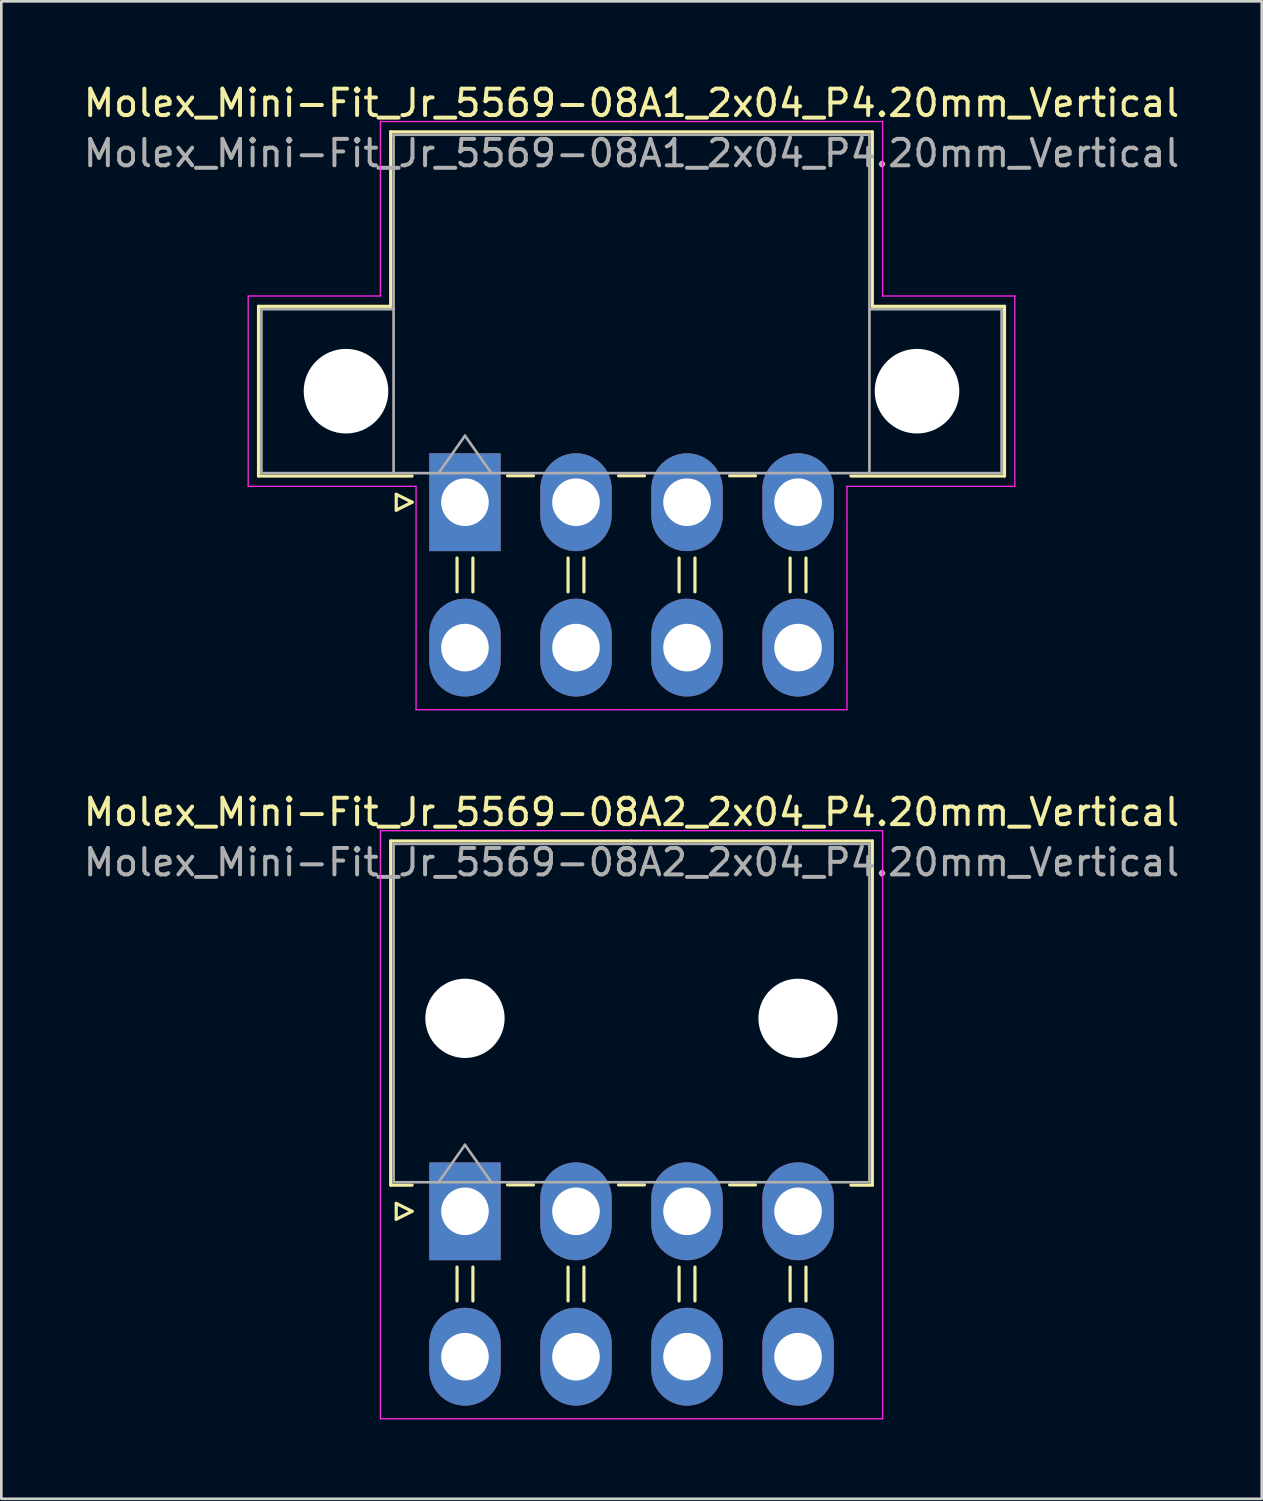
<source format=kicad_pcb>
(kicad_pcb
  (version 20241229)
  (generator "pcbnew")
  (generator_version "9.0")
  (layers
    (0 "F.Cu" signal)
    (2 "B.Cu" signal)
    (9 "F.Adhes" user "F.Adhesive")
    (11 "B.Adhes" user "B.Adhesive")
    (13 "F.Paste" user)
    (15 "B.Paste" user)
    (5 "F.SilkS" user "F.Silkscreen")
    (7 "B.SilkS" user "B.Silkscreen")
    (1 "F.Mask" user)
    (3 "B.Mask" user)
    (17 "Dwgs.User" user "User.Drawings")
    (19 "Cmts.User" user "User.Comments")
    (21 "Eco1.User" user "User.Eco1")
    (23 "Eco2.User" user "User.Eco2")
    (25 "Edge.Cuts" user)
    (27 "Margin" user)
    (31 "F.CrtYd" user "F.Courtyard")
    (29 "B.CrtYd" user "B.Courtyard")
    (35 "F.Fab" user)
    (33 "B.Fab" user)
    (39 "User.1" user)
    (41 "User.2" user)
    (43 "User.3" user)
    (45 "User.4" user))
  (footprint "Molex_Mini-Fit_Jr_5569-08A2_2x04_P4.20mm_Vertical"
    (layer "F.Cu")
    (at 14.539 42.772)
    (property "Reference" "Molex_Mini-Fit_Jr_5569-08A2_2x04_P4.20mm_Vertical" (at 6.3 -15.1 0) (layer "F.SilkS") (effects (font (size 1 1) (thickness 0.15))))
    (attr through_hole)
    (fp_line (start -2.81 -14.01) (end 6.3 -14.01) (stroke (width 0.12) (type solid)) (layer "F.SilkS"))
    (fp_line (start -2.81 -0.99) (end -2.81 -14.01) (stroke (width 0.12) (type solid)) (layer "F.SilkS"))
    (fp_line (start -2.6 -0.3) (end -2 0) (stroke (width 0.12) (type solid)) (layer "F.SilkS"))
    (fp_line (start -2.6 0.3) (end -2.6 -0.3) (stroke (width 0.12) (type solid)) (layer "F.SilkS"))
    (fp_line (start -2 -0.99) (end -2.81 -0.99) (stroke (width 0.12) (type solid)) (layer "F.SilkS"))
    (fp_line (start -2 0) (end -2.6 0.3) (stroke (width 0.12) (type solid)) (layer "F.SilkS"))
    (fp_line (start -0.3 2.11) (end -0.3 3.39) (stroke (width 0.12) (type solid)) (layer "F.SilkS"))
    (fp_line (start 0.3 2.11) (end 0.3 3.39) (stroke (width 0.12) (type solid)) (layer "F.SilkS"))
    (fp_line (start 1.61 -1) (end 2.59 -1) (stroke (width 0.12) (type solid)) (layer "F.SilkS"))
    (fp_line (start 3.9 2.11) (end 3.9 3.39) (stroke (width 0.12) (type solid)) (layer "F.SilkS"))
    (fp_line (start 4.5 2.11) (end 4.5 3.39) (stroke (width 0.12) (type solid)) (layer "F.SilkS"))
    (fp_line (start 5.81 -1) (end 6.79 -1) (stroke (width 0.12) (type solid)) (layer "F.SilkS"))
    (fp_line (start 8.1 2.11) (end 8.1 3.39) (stroke (width 0.12) (type solid)) (layer "F.SilkS"))
    (fp_line (start 8.7 2.11) (end 8.7 3.39) (stroke (width 0.12) (type solid)) (layer "F.SilkS"))
    (fp_line (start 10.01 -1) (end 10.99 -1) (stroke (width 0.12) (type solid)) (layer "F.SilkS"))
    (fp_line (start 12.3 2.11) (end 12.3 3.39) (stroke (width 0.12) (type solid)) (layer "F.SilkS"))
    (fp_line (start 12.9 2.11) (end 12.9 3.39) (stroke (width 0.12) (type solid)) (layer "F.SilkS"))
    (fp_line (start 14.6 -0.99) (end 15.41 -0.99) (stroke (width 0.12) (type solid)) (layer "F.SilkS"))
    (fp_line (start 15.41 -14.01) (end 6.3 -14.01) (stroke (width 0.12) (type solid)) (layer "F.SilkS"))
    (fp_line (start 15.41 -0.99) (end 15.41 -14.01) (stroke (width 0.12) (type solid)) (layer "F.SilkS"))
    (fp_line (start -3.2 -14.4) (end -3.2 7.85) (stroke (width 0.05) (type solid)) (layer "F.CrtYd"))
    (fp_line (start -3.2 7.85) (end 15.8 7.85) (stroke (width 0.05) (type solid)) (layer "F.CrtYd"))
    (fp_line (start 15.8 -14.4) (end -3.2 -14.4) (stroke (width 0.05) (type solid)) (layer "F.CrtYd"))
    (fp_line (start 15.8 7.85) (end 15.8 -14.4) (stroke (width 0.05) (type solid)) (layer "F.CrtYd"))
    (fp_line (start -2.7 -13.9) (end -2.7 -1.1) (stroke (width 0.1) (type solid)) (layer "F.Fab"))
    (fp_line (start -2.7 -1.1) (end 15.3 -1.1) (stroke (width 0.1) (type solid)) (layer "F.Fab"))
    (fp_line (start -1 -1.1) (end 0 -2.514) (stroke (width 0.1) (type solid)) (layer "F.Fab"))
    (fp_line (start 0 -2.514) (end 1 -1.1) (stroke (width 0.1) (type solid)) (layer "F.Fab"))
    (fp_line (start 15.3 -13.9) (end -2.7 -13.9) (stroke (width 0.1) (type solid)) (layer "F.Fab"))
    (fp_line (start 15.3 -1.1) (end 15.3 -13.9) (stroke (width 0.1) (type solid)) (layer "F.Fab"))
    (fp_text user "${REFERENCE}" (at 6.3 -13.2 0) (layer "F.Fab") (effects (font (size 1 1) (thickness 0.15))))
    (pad "" np_thru_hole circle (at 0 -7.3) (size 3 3) (drill 3) (layers "*.Cu" "*.Mask"))
    (pad "" np_thru_hole circle (at 12.6 -7.3) (size 3 3) (drill 3) (layers "*.Cu" "*.Mask"))
    (pad "1" thru_hole rect (at 0 0) (size 2.7 3.7) (drill 1.8) (layers "*.Cu" "*.Mask"))
    (pad "2" thru_hole oval (at 4.2 0) (size 2.7 3.7) (drill 1.8) (layers "*.Cu" "*.Mask"))
    (pad "3" thru_hole oval (at 8.4 0) (size 2.7 3.7) (drill 1.8) (layers "*.Cu" "*.Mask"))
    (pad "4" thru_hole oval (at 12.6 0) (size 2.7 3.7) (drill 1.8) (layers "*.Cu" "*.Mask"))
    (pad "5" thru_hole oval (at 0 5.5) (size 2.7 3.7) (drill 1.8) (layers "*.Cu" "*.Mask"))
    (pad "6" thru_hole oval (at 4.2 5.5) (size 2.7 3.7) (drill 1.8) (layers "*.Cu" "*.Mask"))
    (pad "7" thru_hole oval (at 8.4 5.5) (size 2.7 3.7) (drill 1.8) (layers "*.Cu" "*.Mask"))
    (pad "8" thru_hole oval (at 12.6 5.5) (size 2.7 3.7) (drill 1.8) (layers "*.Cu" "*.Mask")))
  (footprint "Molex_Mini-Fit_Jr_5569-08A1_2x04_P4.20mm_Vertical"
    (layer "F.Cu")
    (at 14.539 15.948)
    (property "Reference" "Molex_Mini-Fit_Jr_5569-08A1_2x04_P4.20mm_Vertical" (at 6.3 -15.1 0) (layer "F.SilkS") (effects (font (size 1 1) (thickness 0.15))))
    (attr through_hole)
    (fp_line (start -7.81 -7.41) (end -7.81 -0.99) (stroke (width 0.12) (type solid)) (layer "F.SilkS"))
    (fp_line (start -7.81 -0.99) (end -2 -0.99) (stroke (width 0.12) (type solid)) (layer "F.SilkS"))
    (fp_line (start -2.81 -14.01) (end -2.81 -7.41) (stroke (width 0.12) (type solid)) (layer "F.SilkS"))
    (fp_line (start -2.81 -7.41) (end -7.81 -7.41) (stroke (width 0.12) (type solid)) (layer "F.SilkS"))
    (fp_line (start -2.6 -0.3) (end -2 0) (stroke (width 0.12) (type solid)) (layer "F.SilkS"))
    (fp_line (start -2.6 0.3) (end -2.6 -0.3) (stroke (width 0.12) (type solid)) (layer "F.SilkS"))
    (fp_line (start -2 0) (end -2.6 0.3) (stroke (width 0.12) (type solid)) (layer "F.SilkS"))
    (fp_line (start -0.3 2.11) (end -0.3 3.39) (stroke (width 0.12) (type solid)) (layer "F.SilkS"))
    (fp_line (start 0.3 2.11) (end 0.3 3.39) (stroke (width 0.12) (type solid)) (layer "F.SilkS"))
    (fp_line (start 1.61 -1) (end 2.59 -1) (stroke (width 0.12) (type solid)) (layer "F.SilkS"))
    (fp_line (start 3.9 2.11) (end 3.9 3.39) (stroke (width 0.12) (type solid)) (layer "F.SilkS"))
    (fp_line (start 4.5 2.11) (end 4.5 3.39) (stroke (width 0.12) (type solid)) (layer "F.SilkS"))
    (fp_line (start 5.81 -1) (end 6.79 -1) (stroke (width 0.12) (type solid)) (layer "F.SilkS"))
    (fp_line (start 6.3 -14.01) (end -2.81 -14.01) (stroke (width 0.12) (type solid)) (layer "F.SilkS"))
    (fp_line (start 6.3 -14.01) (end 15.41 -14.01) (stroke (width 0.12) (type solid)) (layer "F.SilkS"))
    (fp_line (start 8.1 2.11) (end 8.1 3.39) (stroke (width 0.12) (type solid)) (layer "F.SilkS"))
    (fp_line (start 8.7 2.11) (end 8.7 3.39) (stroke (width 0.12) (type solid)) (layer "F.SilkS"))
    (fp_line (start 10.01 -1) (end 10.99 -1) (stroke (width 0.12) (type solid)) (layer "F.SilkS"))
    (fp_line (start 12.3 2.11) (end 12.3 3.39) (stroke (width 0.12) (type solid)) (layer "F.SilkS"))
    (fp_line (start 12.9 2.11) (end 12.9 3.39) (stroke (width 0.12) (type solid)) (layer "F.SilkS"))
    (fp_line (start 15.41 -14.01) (end 15.41 -7.41) (stroke (width 0.12) (type solid)) (layer "F.SilkS"))
    (fp_line (start 15.41 -7.41) (end 20.41 -7.41) (stroke (width 0.12) (type solid)) (layer "F.SilkS"))
    (fp_line (start 20.41 -7.41) (end 20.41 -0.99) (stroke (width 0.12) (type solid)) (layer "F.SilkS"))
    (fp_line (start 20.41 -0.99) (end 14.6 -0.99) (stroke (width 0.12) (type solid)) (layer "F.SilkS"))
    (fp_line (start -8.2 -7.8) (end -8.2 -0.6) (stroke (width 0.05) (type solid)) (layer "F.CrtYd"))
    (fp_line (start -8.2 -0.6) (end -1.85 -0.6) (stroke (width 0.05) (type solid)) (layer "F.CrtYd"))
    (fp_line (start -3.2 -14.4) (end -3.2 -7.8) (stroke (width 0.05) (type solid)) (layer "F.CrtYd"))
    (fp_line (start -3.2 -7.8) (end -8.2 -7.8) (stroke (width 0.05) (type solid)) (layer "F.CrtYd"))
    (fp_line (start -1.85 -0.6) (end -1.85 7.85) (stroke (width 0.05) (type solid)) (layer "F.CrtYd"))
    (fp_line (start -1.85 7.85) (end 6.3 7.85) (stroke (width 0.05) (type solid)) (layer "F.CrtYd"))
    (fp_line (start 6.3 -14.4) (end -3.2 -14.4) (stroke (width 0.05) (type solid)) (layer "F.CrtYd"))
    (fp_line (start 6.3 -14.4) (end 15.8 -14.4) (stroke (width 0.05) (type solid)) (layer "F.CrtYd"))
    (fp_line (start 14.45 -0.6) (end 14.45 7.85) (stroke (width 0.05) (type solid)) (layer "F.CrtYd"))
    (fp_line (start 14.45 7.85) (end 6.3 7.85) (stroke (width 0.05) (type solid)) (layer "F.CrtYd"))
    (fp_line (start 15.8 -14.4) (end 15.8 -7.8) (stroke (width 0.05) (type solid)) (layer "F.CrtYd"))
    (fp_line (start 15.8 -7.8) (end 20.8 -7.8) (stroke (width 0.05) (type solid)) (layer "F.CrtYd"))
    (fp_line (start 20.8 -7.8) (end 20.8 -0.6) (stroke (width 0.05) (type solid)) (layer "F.CrtYd"))
    (fp_line (start 20.8 -0.6) (end 14.45 -0.6) (stroke (width 0.05) (type solid)) (layer "F.CrtYd"))
    (fp_line (start -7.7 -7.3) (end -7.7 -1.1) (stroke (width 0.1) (type solid)) (layer "F.Fab"))
    (fp_line (start -7.7 -1.1) (end -2.7 -1.1) (stroke (width 0.1) (type solid)) (layer "F.Fab"))
    (fp_line (start -2.7 -13.9) (end -2.7 -1.1) (stroke (width 0.1) (type solid)) (layer "F.Fab"))
    (fp_line (start -2.7 -7.3) (end -7.7 -7.3) (stroke (width 0.1) (type solid)) (layer "F.Fab"))
    (fp_line (start -2.7 -1.1) (end 15.3 -1.1) (stroke (width 0.1) (type solid)) (layer "F.Fab"))
    (fp_line (start -1 -1.1) (end 0 -2.514) (stroke (width 0.1) (type solid)) (layer "F.Fab"))
    (fp_line (start 0 -2.514) (end 1 -1.1) (stroke (width 0.1) (type solid)) (layer "F.Fab"))
    (fp_line (start 15.3 -13.9) (end -2.7 -13.9) (stroke (width 0.1) (type solid)) (layer "F.Fab"))
    (fp_line (start 15.3 -7.3) (end 20.3 -7.3) (stroke (width 0.1) (type solid)) (layer "F.Fab"))
    (fp_line (start 15.3 -1.1) (end 15.3 -13.9) (stroke (width 0.1) (type solid)) (layer "F.Fab"))
    (fp_line (start 20.3 -7.3) (end 20.3 -1.1) (stroke (width 0.1) (type solid)) (layer "F.Fab"))
    (fp_line (start 20.3 -1.1) (end 15.3 -1.1) (stroke (width 0.1) (type solid)) (layer "F.Fab"))
    (fp_text user "${REFERENCE}" (at 6.3 -13.2 0) (layer "F.Fab") (effects (font (size 1 1) (thickness 0.15))))
    (pad "" np_thru_hole circle (at -4.5 -4.2) (size 3.2 3.2) (drill 3.2) (layers "*.Cu" "*.Mask"))
    (pad "" np_thru_hole circle (at 17.1 -4.2) (size 3.2 3.2) (drill 3.2) (layers "*.Cu" "*.Mask"))
    (pad "1" thru_hole rect (at 0 0) (size 2.7 3.7) (drill 1.8) (layers "*.Cu" "*.Mask"))
    (pad "2" thru_hole oval (at 4.2 0) (size 2.7 3.7) (drill 1.8) (layers "*.Cu" "*.Mask"))
    (pad "3" thru_hole oval (at 8.4 0) (size 2.7 3.7) (drill 1.8) (layers "*.Cu" "*.Mask"))
    (pad "4" thru_hole oval (at 12.6 0) (size 2.7 3.7) (drill 1.8) (layers "*.Cu" "*.Mask"))
    (pad "5" thru_hole oval (at 0 5.5) (size 2.7 3.7) (drill 1.8) (layers "*.Cu" "*.Mask"))
    (pad "6" thru_hole oval (at 4.2 5.5) (size 2.7 3.7) (drill 1.8) (layers "*.Cu" "*.Mask"))
    (pad "7" thru_hole oval (at 8.4 5.5) (size 2.7 3.7) (drill 1.8) (layers "*.Cu" "*.Mask"))
    (pad "8" thru_hole oval (at 12.6 5.5) (size 2.7 3.7) (drill 1.8) (layers "*.Cu" "*.Mask")))
  (gr_rect
    (start -3 -3)
    (end 44.679 53.647)
    (stroke (width 0.1) (type default))
    (fill no)
    (layer "Edge.Cuts")))
</source>
